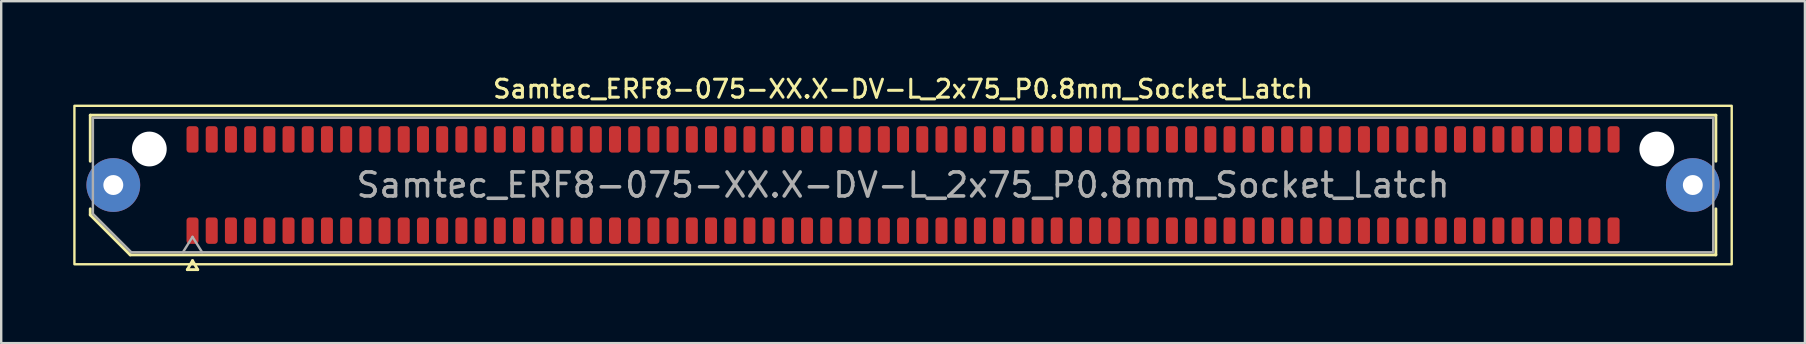
<source format=kicad_pcb>
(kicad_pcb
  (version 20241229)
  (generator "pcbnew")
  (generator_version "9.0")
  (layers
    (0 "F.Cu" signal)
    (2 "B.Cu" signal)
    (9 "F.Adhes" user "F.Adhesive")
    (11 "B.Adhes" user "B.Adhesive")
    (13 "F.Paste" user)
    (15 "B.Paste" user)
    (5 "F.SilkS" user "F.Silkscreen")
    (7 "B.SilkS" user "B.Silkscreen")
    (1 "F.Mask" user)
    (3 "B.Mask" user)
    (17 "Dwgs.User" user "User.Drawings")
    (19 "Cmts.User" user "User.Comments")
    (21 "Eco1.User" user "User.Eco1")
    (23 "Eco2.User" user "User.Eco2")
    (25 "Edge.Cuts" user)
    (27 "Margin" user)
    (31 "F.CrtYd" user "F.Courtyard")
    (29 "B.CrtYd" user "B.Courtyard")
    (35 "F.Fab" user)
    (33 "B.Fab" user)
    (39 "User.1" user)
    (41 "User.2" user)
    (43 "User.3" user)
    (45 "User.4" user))
  (footprint "Samtec_ERF8-075-XX.X-DV-L_2x75_P0.8mm_Socket_Latch"
    (layer "F.Cu")
    (at 34.57 4.658)
    (property "Reference" "Samtec_ERF8-075-XX.X-DV-L_2x75_P0.8mm_Socket_Latch" (at 0 -4 0) (layer "F.SilkS") (effects (font (size 0.75 0.75) (thickness 0.125))))
    (attr smd)
    (fp_line (start -33.86 -2.91) (end 33.86 -2.91) (stroke (width 0.12) (type solid)) (layer "F.SilkS"))
    (fp_line (start -33.86 -0.991) (end -33.86 -2.91) (stroke (width 0.12) (type solid)) (layer "F.SilkS"))
    (fp_line (start -33.86 1.246) (end -33.86 0.991) (stroke (width 0.12) (type solid)) (layer "F.SilkS"))
    (fp_line (start -32.196 2.91) (end -33.86 1.246) (stroke (width 0.12) (type solid)) (layer "F.SilkS"))
    (fp_line (start -29.817 3.525) (end -29.6 3.15) (stroke (width 0.12) (type solid)) (layer "F.SilkS"))
    (fp_line (start -29.6 3.15) (end -29.383 3.525) (stroke (width 0.12) (type solid)) (layer "F.SilkS"))
    (fp_line (start -29.383 3.525) (end -29.817 3.525) (stroke (width 0.12) (type solid)) (layer "F.SilkS"))
    (fp_line (start 33.86 -2.91) (end 33.86 -0.991) (stroke (width 0.12) (type solid)) (layer "F.SilkS"))
    (fp_line (start 33.86 0.991) (end 33.86 2.91) (stroke (width 0.12) (type solid)) (layer "F.SilkS"))
    (fp_line (start 33.86 2.91) (end -32.196 2.91) (stroke (width 0.12) (type solid)) (layer "F.SilkS"))
    (fp_rect (start -34.52 -3.3) (end 34.52 3.3) (stroke (width 0.1) (type solid)) (fill no) (layer "F.SilkS"))
    (fp_line (start -33.75 -2.8) (end 33.75 -2.8) (stroke (width 0.1) (type solid)) (layer "F.Fab"))
    (fp_line (start -33.75 1.2) (end -33.75 -2.8) (stroke (width 0.1) (type solid)) (layer "F.Fab"))
    (fp_line (start -32.15 2.8) (end -33.75 1.2) (stroke (width 0.1) (type solid)) (layer "F.Fab"))
    (fp_line (start -30 2.8) (end -29.6 2.16) (stroke (width 0.1) (type solid)) (layer "F.Fab"))
    (fp_line (start -29.6 2.16) (end -29.2 2.8) (stroke (width 0.1) (type solid)) (layer "F.Fab"))
    (fp_line (start 33.75 -2.8) (end 33.75 2.8) (stroke (width 0.1) (type solid)) (layer "F.Fab"))
    (fp_line (start 33.75 2.8) (end -32.15 2.8) (stroke (width 0.1) (type solid)) (layer "F.Fab"))
    (fp_text user "${REFERENCE}" (at 0 0 0) (layer "F.Fab") (effects (font (size 1 1) (thickness 0.15))))
    (pad "" thru_hole circle (at -32.9 0) (size 2.24 2.24) (drill 0.83) (layers "*.Cu" "*.Mask" "F.Paste"))
    (pad "" np_thru_hole circle (at -31.4 -1.5) (size 1.45 1.45) (drill 1.45) (layers "*.Cu" "*.Mask"))
    (pad "" np_thru_hole circle (at 31.4 -1.5) (size 1.45 1.45) (drill 1.45) (layers "*.Cu" "*.Mask"))
    (pad "" thru_hole circle (at 32.9 0) (size 2.24 2.24) (drill 0.83) (layers "*.Cu" "*.Mask" "F.Paste"))
    (pad "1" smd roundrect (at -29.6 1.9) (size 0.5 1.1) (layers "F.Cu" "F.Mask" "F.Paste") (roundrect_rratio 0.25))
    (pad "2" smd roundrect (at -29.6 -1.9) (size 0.5 1.1) (layers "F.Cu" "F.Mask" "F.Paste") (roundrect_rratio 0.25))
    (pad "3" smd roundrect (at -28.8 1.9) (size 0.5 1.1) (layers "F.Cu" "F.Mask" "F.Paste") (roundrect_rratio 0.25))
    (pad "4" smd roundrect (at -28.8 -1.9) (size 0.5 1.1) (layers "F.Cu" "F.Mask" "F.Paste") (roundrect_rratio 0.25))
    (pad "5" smd roundrect (at -28 1.9) (size 0.5 1.1) (layers "F.Cu" "F.Mask" "F.Paste") (roundrect_rratio 0.25))
    (pad "6" smd roundrect (at -28 -1.9) (size 0.5 1.1) (layers "F.Cu" "F.Mask" "F.Paste") (roundrect_rratio 0.25))
    (pad "7" smd roundrect (at -27.2 1.9) (size 0.5 1.1) (layers "F.Cu" "F.Mask" "F.Paste") (roundrect_rratio 0.25))
    (pad "8" smd roundrect (at -27.2 -1.9) (size 0.5 1.1) (layers "F.Cu" "F.Mask" "F.Paste") (roundrect_rratio 0.25))
    (pad "9" smd roundrect (at -26.4 1.9) (size 0.5 1.1) (layers "F.Cu" "F.Mask" "F.Paste") (roundrect_rratio 0.25))
    (pad "10" smd roundrect (at -26.4 -1.9) (size 0.5 1.1) (layers "F.Cu" "F.Mask" "F.Paste") (roundrect_rratio 0.25))
    (pad "11" smd roundrect (at -25.6 1.9) (size 0.5 1.1) (layers "F.Cu" "F.Mask" "F.Paste") (roundrect_rratio 0.25))
    (pad "12" smd roundrect (at -25.6 -1.9) (size 0.5 1.1) (layers "F.Cu" "F.Mask" "F.Paste") (roundrect_rratio 0.25))
    (pad "13" smd roundrect (at -24.8 1.9) (size 0.5 1.1) (layers "F.Cu" "F.Mask" "F.Paste") (roundrect_rratio 0.25))
    (pad "14" smd roundrect (at -24.8 -1.9) (size 0.5 1.1) (layers "F.Cu" "F.Mask" "F.Paste") (roundrect_rratio 0.25))
    (pad "15" smd roundrect (at -24 1.9) (size 0.5 1.1) (layers "F.Cu" "F.Mask" "F.Paste") (roundrect_rratio 0.25))
    (pad "16" smd roundrect (at -24 -1.9) (size 0.5 1.1) (layers "F.Cu" "F.Mask" "F.Paste") (roundrect_rratio 0.25))
    (pad "17" smd roundrect (at -23.2 1.9) (size 0.5 1.1) (layers "F.Cu" "F.Mask" "F.Paste") (roundrect_rratio 0.25))
    (pad "18" smd roundrect (at -23.2 -1.9) (size 0.5 1.1) (layers "F.Cu" "F.Mask" "F.Paste") (roundrect_rratio 0.25))
    (pad "19" smd roundrect (at -22.4 1.9) (size 0.5 1.1) (layers "F.Cu" "F.Mask" "F.Paste") (roundrect_rratio 0.25))
    (pad "20" smd roundrect (at -22.4 -1.9) (size 0.5 1.1) (layers "F.Cu" "F.Mask" "F.Paste") (roundrect_rratio 0.25))
    (pad "21" smd roundrect (at -21.6 1.9) (size 0.5 1.1) (layers "F.Cu" "F.Mask" "F.Paste") (roundrect_rratio 0.25))
    (pad "22" smd roundrect (at -21.6 -1.9) (size 0.5 1.1) (layers "F.Cu" "F.Mask" "F.Paste") (roundrect_rratio 0.25))
    (pad "23" smd roundrect (at -20.8 1.9) (size 0.5 1.1) (layers "F.Cu" "F.Mask" "F.Paste") (roundrect_rratio 0.25))
    (pad "24" smd roundrect (at -20.8 -1.9) (size 0.5 1.1) (layers "F.Cu" "F.Mask" "F.Paste") (roundrect_rratio 0.25))
    (pad "25" smd roundrect (at -20 1.9) (size 0.5 1.1) (layers "F.Cu" "F.Mask" "F.Paste") (roundrect_rratio 0.25))
    (pad "26" smd roundrect (at -20 -1.9) (size 0.5 1.1) (layers "F.Cu" "F.Mask" "F.Paste") (roundrect_rratio 0.25))
    (pad "27" smd roundrect (at -19.2 1.9) (size 0.5 1.1) (layers "F.Cu" "F.Mask" "F.Paste") (roundrect_rratio 0.25))
    (pad "28" smd roundrect (at -19.2 -1.9) (size 0.5 1.1) (layers "F.Cu" "F.Mask" "F.Paste") (roundrect_rratio 0.25))
    (pad "29" smd roundrect (at -18.4 1.9) (size 0.5 1.1) (layers "F.Cu" "F.Mask" "F.Paste") (roundrect_rratio 0.25))
    (pad "30" smd roundrect (at -18.4 -1.9) (size 0.5 1.1) (layers "F.Cu" "F.Mask" "F.Paste") (roundrect_rratio 0.25))
    (pad "31" smd roundrect (at -17.6 1.9) (size 0.5 1.1) (layers "F.Cu" "F.Mask" "F.Paste") (roundrect_rratio 0.25))
    (pad "32" smd roundrect (at -17.6 -1.9) (size 0.5 1.1) (layers "F.Cu" "F.Mask" "F.Paste") (roundrect_rratio 0.25))
    (pad "33" smd roundrect (at -16.8 1.9) (size 0.5 1.1) (layers "F.Cu" "F.Mask" "F.Paste") (roundrect_rratio 0.25))
    (pad "34" smd roundrect (at -16.8 -1.9) (size 0.5 1.1) (layers "F.Cu" "F.Mask" "F.Paste") (roundrect_rratio 0.25))
    (pad "35" smd roundrect (at -16 1.9) (size 0.5 1.1) (layers "F.Cu" "F.Mask" "F.Paste") (roundrect_rratio 0.25))
    (pad "36" smd roundrect (at -16 -1.9) (size 0.5 1.1) (layers "F.Cu" "F.Mask" "F.Paste") (roundrect_rratio 0.25))
    (pad "37" smd roundrect (at -15.2 1.9) (size 0.5 1.1) (layers "F.Cu" "F.Mask" "F.Paste") (roundrect_rratio 0.25))
    (pad "38" smd roundrect (at -15.2 -1.9) (size 0.5 1.1) (layers "F.Cu" "F.Mask" "F.Paste") (roundrect_rratio 0.25))
    (pad "39" smd roundrect (at -14.4 1.9) (size 0.5 1.1) (layers "F.Cu" "F.Mask" "F.Paste") (roundrect_rratio 0.25))
    (pad "40" smd roundrect (at -14.4 -1.9) (size 0.5 1.1) (layers "F.Cu" "F.Mask" "F.Paste") (roundrect_rratio 0.25))
    (pad "41" smd roundrect (at -13.6 1.9) (size 0.5 1.1) (layers "F.Cu" "F.Mask" "F.Paste") (roundrect_rratio 0.25))
    (pad "42" smd roundrect (at -13.6 -1.9) (size 0.5 1.1) (layers "F.Cu" "F.Mask" "F.Paste") (roundrect_rratio 0.25))
    (pad "43" smd roundrect (at -12.8 1.9) (size 0.5 1.1) (layers "F.Cu" "F.Mask" "F.Paste") (roundrect_rratio 0.25))
    (pad "44" smd roundrect (at -12.8 -1.9) (size 0.5 1.1) (layers "F.Cu" "F.Mask" "F.Paste") (roundrect_rratio 0.25))
    (pad "45" smd roundrect (at -12 1.9) (size 0.5 1.1) (layers "F.Cu" "F.Mask" "F.Paste") (roundrect_rratio 0.25))
    (pad "46" smd roundrect (at -12 -1.9) (size 0.5 1.1) (layers "F.Cu" "F.Mask" "F.Paste") (roundrect_rratio 0.25))
    (pad "47" smd roundrect (at -11.2 1.9) (size 0.5 1.1) (layers "F.Cu" "F.Mask" "F.Paste") (roundrect_rratio 0.25))
    (pad "48" smd roundrect (at -11.2 -1.9) (size 0.5 1.1) (layers "F.Cu" "F.Mask" "F.Paste") (roundrect_rratio 0.25))
    (pad "49" smd roundrect (at -10.4 1.9) (size 0.5 1.1) (layers "F.Cu" "F.Mask" "F.Paste") (roundrect_rratio 0.25))
    (pad "50" smd roundrect (at -10.4 -1.9) (size 0.5 1.1) (layers "F.Cu" "F.Mask" "F.Paste") (roundrect_rratio 0.25))
    (pad "51" smd roundrect (at -9.6 1.9) (size 0.5 1.1) (layers "F.Cu" "F.Mask" "F.Paste") (roundrect_rratio 0.25))
    (pad "52" smd roundrect (at -9.6 -1.9) (size 0.5 1.1) (layers "F.Cu" "F.Mask" "F.Paste") (roundrect_rratio 0.25))
    (pad "53" smd roundrect (at -8.8 1.9) (size 0.5 1.1) (layers "F.Cu" "F.Mask" "F.Paste") (roundrect_rratio 0.25))
    (pad "54" smd roundrect (at -8.8 -1.9) (size 0.5 1.1) (layers "F.Cu" "F.Mask" "F.Paste") (roundrect_rratio 0.25))
    (pad "55" smd roundrect (at -8 1.9) (size 0.5 1.1) (layers "F.Cu" "F.Mask" "F.Paste") (roundrect_rratio 0.25))
    (pad "56" smd roundrect (at -8 -1.9) (size 0.5 1.1) (layers "F.Cu" "F.Mask" "F.Paste") (roundrect_rratio 0.25))
    (pad "57" smd roundrect (at -7.2 1.9) (size 0.5 1.1) (layers "F.Cu" "F.Mask" "F.Paste") (roundrect_rratio 0.25))
    (pad "58" smd roundrect (at -7.2 -1.9) (size 0.5 1.1) (layers "F.Cu" "F.Mask" "F.Paste") (roundrect_rratio 0.25))
    (pad "59" smd roundrect (at -6.4 1.9) (size 0.5 1.1) (layers "F.Cu" "F.Mask" "F.Paste") (roundrect_rratio 0.25))
    (pad "60" smd roundrect (at -6.4 -1.9) (size 0.5 1.1) (layers "F.Cu" "F.Mask" "F.Paste") (roundrect_rratio 0.25))
    (pad "61" smd roundrect (at -5.6 1.9) (size 0.5 1.1) (layers "F.Cu" "F.Mask" "F.Paste") (roundrect_rratio 0.25))
    (pad "62" smd roundrect (at -5.6 -1.9) (size 0.5 1.1) (layers "F.Cu" "F.Mask" "F.Paste") (roundrect_rratio 0.25))
    (pad "63" smd roundrect (at -4.8 1.9) (size 0.5 1.1) (layers "F.Cu" "F.Mask" "F.Paste") (roundrect_rratio 0.25))
    (pad "64" smd roundrect (at -4.8 -1.9) (size 0.5 1.1) (layers "F.Cu" "F.Mask" "F.Paste") (roundrect_rratio 0.25))
    (pad "65" smd roundrect (at -4 1.9) (size 0.5 1.1) (layers "F.Cu" "F.Mask" "F.Paste") (roundrect_rratio 0.25))
    (pad "66" smd roundrect (at -4 -1.9) (size 0.5 1.1) (layers "F.Cu" "F.Mask" "F.Paste") (roundrect_rratio 0.25))
    (pad "67" smd roundrect (at -3.2 1.9) (size 0.5 1.1) (layers "F.Cu" "F.Mask" "F.Paste") (roundrect_rratio 0.25))
    (pad "68" smd roundrect (at -3.2 -1.9) (size 0.5 1.1) (layers "F.Cu" "F.Mask" "F.Paste") (roundrect_rratio 0.25))
    (pad "69" smd roundrect (at -2.4 1.9) (size 0.5 1.1) (layers "F.Cu" "F.Mask" "F.Paste") (roundrect_rratio 0.25))
    (pad "70" smd roundrect (at -2.4 -1.9) (size 0.5 1.1) (layers "F.Cu" "F.Mask" "F.Paste") (roundrect_rratio 0.25))
    (pad "71" smd roundrect (at -1.6 1.9) (size 0.5 1.1) (layers "F.Cu" "F.Mask" "F.Paste") (roundrect_rratio 0.25))
    (pad "72" smd roundrect (at -1.6 -1.9) (size 0.5 1.1) (layers "F.Cu" "F.Mask" "F.Paste") (roundrect_rratio 0.25))
    (pad "73" smd roundrect (at -0.8 1.9) (size 0.5 1.1) (layers "F.Cu" "F.Mask" "F.Paste") (roundrect_rratio 0.25))
    (pad "74" smd roundrect (at -0.8 -1.9) (size 0.5 1.1) (layers "F.Cu" "F.Mask" "F.Paste") (roundrect_rratio 0.25))
    (pad "75" smd roundrect (at 0 1.9) (size 0.5 1.1) (layers "F.Cu" "F.Mask" "F.Paste") (roundrect_rratio 0.25))
    (pad "76" smd roundrect (at 0 -1.9) (size 0.5 1.1) (layers "F.Cu" "F.Mask" "F.Paste") (roundrect_rratio 0.25))
    (pad "77" smd roundrect (at 0.8 1.9) (size 0.5 1.1) (layers "F.Cu" "F.Mask" "F.Paste") (roundrect_rratio 0.25))
    (pad "78" smd roundrect (at 0.8 -1.9) (size 0.5 1.1) (layers "F.Cu" "F.Mask" "F.Paste") (roundrect_rratio 0.25))
    (pad "79" smd roundrect (at 1.6 1.9) (size 0.5 1.1) (layers "F.Cu" "F.Mask" "F.Paste") (roundrect_rratio 0.25))
    (pad "80" smd roundrect (at 1.6 -1.9) (size 0.5 1.1) (layers "F.Cu" "F.Mask" "F.Paste") (roundrect_rratio 0.25))
    (pad "81" smd roundrect (at 2.4 1.9) (size 0.5 1.1) (layers "F.Cu" "F.Mask" "F.Paste") (roundrect_rratio 0.25))
    (pad "82" smd roundrect (at 2.4 -1.9) (size 0.5 1.1) (layers "F.Cu" "F.Mask" "F.Paste") (roundrect_rratio 0.25))
    (pad "83" smd roundrect (at 3.2 1.9) (size 0.5 1.1) (layers "F.Cu" "F.Mask" "F.Paste") (roundrect_rratio 0.25))
    (pad "84" smd roundrect (at 3.2 -1.9) (size 0.5 1.1) (layers "F.Cu" "F.Mask" "F.Paste") (roundrect_rratio 0.25))
    (pad "85" smd roundrect (at 4 1.9) (size 0.5 1.1) (layers "F.Cu" "F.Mask" "F.Paste") (roundrect_rratio 0.25))
    (pad "86" smd roundrect (at 4 -1.9) (size 0.5 1.1) (layers "F.Cu" "F.Mask" "F.Paste") (roundrect_rratio 0.25))
    (pad "87" smd roundrect (at 4.8 1.9) (size 0.5 1.1) (layers "F.Cu" "F.Mask" "F.Paste") (roundrect_rratio 0.25))
    (pad "88" smd roundrect (at 4.8 -1.9) (size 0.5 1.1) (layers "F.Cu" "F.Mask" "F.Paste") (roundrect_rratio 0.25))
    (pad "89" smd roundrect (at 5.6 1.9) (size 0.5 1.1) (layers "F.Cu" "F.Mask" "F.Paste") (roundrect_rratio 0.25))
    (pad "90" smd roundrect (at 5.6 -1.9) (size 0.5 1.1) (layers "F.Cu" "F.Mask" "F.Paste") (roundrect_rratio 0.25))
    (pad "91" smd roundrect (at 6.4 1.9) (size 0.5 1.1) (layers "F.Cu" "F.Mask" "F.Paste") (roundrect_rratio 0.25))
    (pad "92" smd roundrect (at 6.4 -1.9) (size 0.5 1.1) (layers "F.Cu" "F.Mask" "F.Paste") (roundrect_rratio 0.25))
    (pad "93" smd roundrect (at 7.2 1.9) (size 0.5 1.1) (layers "F.Cu" "F.Mask" "F.Paste") (roundrect_rratio 0.25))
    (pad "94" smd roundrect (at 7.2 -1.9) (size 0.5 1.1) (layers "F.Cu" "F.Mask" "F.Paste") (roundrect_rratio 0.25))
    (pad "95" smd roundrect (at 8 1.9) (size 0.5 1.1) (layers "F.Cu" "F.Mask" "F.Paste") (roundrect_rratio 0.25))
    (pad "96" smd roundrect (at 8 -1.9) (size 0.5 1.1) (layers "F.Cu" "F.Mask" "F.Paste") (roundrect_rratio 0.25))
    (pad "97" smd roundrect (at 8.8 1.9) (size 0.5 1.1) (layers "F.Cu" "F.Mask" "F.Paste") (roundrect_rratio 0.25))
    (pad "98" smd roundrect (at 8.8 -1.9) (size 0.5 1.1) (layers "F.Cu" "F.Mask" "F.Paste") (roundrect_rratio 0.25))
    (pad "99" smd roundrect (at 9.6 1.9) (size 0.5 1.1) (layers "F.Cu" "F.Mask" "F.Paste") (roundrect_rratio 0.25))
    (pad "100" smd roundrect (at 9.6 -1.9) (size 0.5 1.1) (layers "F.Cu" "F.Mask" "F.Paste") (roundrect_rratio 0.25))
    (pad "101" smd roundrect (at 10.4 1.9) (size 0.5 1.1) (layers "F.Cu" "F.Mask" "F.Paste") (roundrect_rratio 0.25))
    (pad "102" smd roundrect (at 10.4 -1.9) (size 0.5 1.1) (layers "F.Cu" "F.Mask" "F.Paste") (roundrect_rratio 0.25))
    (pad "103" smd roundrect (at 11.2 1.9) (size 0.5 1.1) (layers "F.Cu" "F.Mask" "F.Paste") (roundrect_rratio 0.25))
    (pad "104" smd roundrect (at 11.2 -1.9) (size 0.5 1.1) (layers "F.Cu" "F.Mask" "F.Paste") (roundrect_rratio 0.25))
    (pad "105" smd roundrect (at 12 1.9) (size 0.5 1.1) (layers "F.Cu" "F.Mask" "F.Paste") (roundrect_rratio 0.25))
    (pad "106" smd roundrect (at 12 -1.9) (size 0.5 1.1) (layers "F.Cu" "F.Mask" "F.Paste") (roundrect_rratio 0.25))
    (pad "107" smd roundrect (at 12.8 1.9) (size 0.5 1.1) (layers "F.Cu" "F.Mask" "F.Paste") (roundrect_rratio 0.25))
    (pad "108" smd roundrect (at 12.8 -1.9) (size 0.5 1.1) (layers "F.Cu" "F.Mask" "F.Paste") (roundrect_rratio 0.25))
    (pad "109" smd roundrect (at 13.6 1.9) (size 0.5 1.1) (layers "F.Cu" "F.Mask" "F.Paste") (roundrect_rratio 0.25))
    (pad "110" smd roundrect (at 13.6 -1.9) (size 0.5 1.1) (layers "F.Cu" "F.Mask" "F.Paste") (roundrect_rratio 0.25))
    (pad "111" smd roundrect (at 14.4 1.9) (size 0.5 1.1) (layers "F.Cu" "F.Mask" "F.Paste") (roundrect_rratio 0.25))
    (pad "112" smd roundrect (at 14.4 -1.9) (size 0.5 1.1) (layers "F.Cu" "F.Mask" "F.Paste") (roundrect_rratio 0.25))
    (pad "113" smd roundrect (at 15.2 1.9) (size 0.5 1.1) (layers "F.Cu" "F.Mask" "F.Paste") (roundrect_rratio 0.25))
    (pad "114" smd roundrect (at 15.2 -1.9) (size 0.5 1.1) (layers "F.Cu" "F.Mask" "F.Paste") (roundrect_rratio 0.25))
    (pad "115" smd roundrect (at 16 1.9) (size 0.5 1.1) (layers "F.Cu" "F.Mask" "F.Paste") (roundrect_rratio 0.25))
    (pad "116" smd roundrect (at 16 -1.9) (size 0.5 1.1) (layers "F.Cu" "F.Mask" "F.Paste") (roundrect_rratio 0.25))
    (pad "117" smd roundrect (at 16.8 1.9) (size 0.5 1.1) (layers "F.Cu" "F.Mask" "F.Paste") (roundrect_rratio 0.25))
    (pad "118" smd roundrect (at 16.8 -1.9) (size 0.5 1.1) (layers "F.Cu" "F.Mask" "F.Paste") (roundrect_rratio 0.25))
    (pad "119" smd roundrect (at 17.6 1.9) (size 0.5 1.1) (layers "F.Cu" "F.Mask" "F.Paste") (roundrect_rratio 0.25))
    (pad "120" smd roundrect (at 17.6 -1.9) (size 0.5 1.1) (layers "F.Cu" "F.Mask" "F.Paste") (roundrect_rratio 0.25))
    (pad "121" smd roundrect (at 18.4 1.9) (size 0.5 1.1) (layers "F.Cu" "F.Mask" "F.Paste") (roundrect_rratio 0.25))
    (pad "122" smd roundrect (at 18.4 -1.9) (size 0.5 1.1) (layers "F.Cu" "F.Mask" "F.Paste") (roundrect_rratio 0.25))
    (pad "123" smd roundrect (at 19.2 1.9) (size 0.5 1.1) (layers "F.Cu" "F.Mask" "F.Paste") (roundrect_rratio 0.25))
    (pad "124" smd roundrect (at 19.2 -1.9) (size 0.5 1.1) (layers "F.Cu" "F.Mask" "F.Paste") (roundrect_rratio 0.25))
    (pad "125" smd roundrect (at 20 1.9) (size 0.5 1.1) (layers "F.Cu" "F.Mask" "F.Paste") (roundrect_rratio 0.25))
    (pad "126" smd roundrect (at 20 -1.9) (size 0.5 1.1) (layers "F.Cu" "F.Mask" "F.Paste") (roundrect_rratio 0.25))
    (pad "127" smd roundrect (at 20.8 1.9) (size 0.5 1.1) (layers "F.Cu" "F.Mask" "F.Paste") (roundrect_rratio 0.25))
    (pad "128" smd roundrect (at 20.8 -1.9) (size 0.5 1.1) (layers "F.Cu" "F.Mask" "F.Paste") (roundrect_rratio 0.25))
    (pad "129" smd roundrect (at 21.6 1.9) (size 0.5 1.1) (layers "F.Cu" "F.Mask" "F.Paste") (roundrect_rratio 0.25))
    (pad "130" smd roundrect (at 21.6 -1.9) (size 0.5 1.1) (layers "F.Cu" "F.Mask" "F.Paste") (roundrect_rratio 0.25))
    (pad "131" smd roundrect (at 22.4 1.9) (size 0.5 1.1) (layers "F.Cu" "F.Mask" "F.Paste") (roundrect_rratio 0.25))
    (pad "132" smd roundrect (at 22.4 -1.9) (size 0.5 1.1) (layers "F.Cu" "F.Mask" "F.Paste") (roundrect_rratio 0.25))
    (pad "133" smd roundrect (at 23.2 1.9) (size 0.5 1.1) (layers "F.Cu" "F.Mask" "F.Paste") (roundrect_rratio 0.25))
    (pad "134" smd roundrect (at 23.2 -1.9) (size 0.5 1.1) (layers "F.Cu" "F.Mask" "F.Paste") (roundrect_rratio 0.25))
    (pad "135" smd roundrect (at 24 1.9) (size 0.5 1.1) (layers "F.Cu" "F.Mask" "F.Paste") (roundrect_rratio 0.25))
    (pad "136" smd roundrect (at 24 -1.9) (size 0.5 1.1) (layers "F.Cu" "F.Mask" "F.Paste") (roundrect_rratio 0.25))
    (pad "137" smd roundrect (at 24.8 1.9) (size 0.5 1.1) (layers "F.Cu" "F.Mask" "F.Paste") (roundrect_rratio 0.25))
    (pad "138" smd roundrect (at 24.8 -1.9) (size 0.5 1.1) (layers "F.Cu" "F.Mask" "F.Paste") (roundrect_rratio 0.25))
    (pad "139" smd roundrect (at 25.6 1.9) (size 0.5 1.1) (layers "F.Cu" "F.Mask" "F.Paste") (roundrect_rratio 0.25))
    (pad "140" smd roundrect (at 25.6 -1.9) (size 0.5 1.1) (layers "F.Cu" "F.Mask" "F.Paste") (roundrect_rratio 0.25))
    (pad "141" smd roundrect (at 26.4 1.9) (size 0.5 1.1) (layers "F.Cu" "F.Mask" "F.Paste") (roundrect_rratio 0.25))
    (pad "142" smd roundrect (at 26.4 -1.9) (size 0.5 1.1) (layers "F.Cu" "F.Mask" "F.Paste") (roundrect_rratio 0.25))
    (pad "143" smd roundrect (at 27.2 1.9) (size 0.5 1.1) (layers "F.Cu" "F.Mask" "F.Paste") (roundrect_rratio 0.25))
    (pad "144" smd roundrect (at 27.2 -1.9) (size 0.5 1.1) (layers "F.Cu" "F.Mask" "F.Paste") (roundrect_rratio 0.25))
    (pad "145" smd roundrect (at 28 1.9) (size 0.5 1.1) (layers "F.Cu" "F.Mask" "F.Paste") (roundrect_rratio 0.25))
    (pad "146" smd roundrect (at 28 -1.9) (size 0.5 1.1) (layers "F.Cu" "F.Mask" "F.Paste") (roundrect_rratio 0.25))
    (pad "147" smd roundrect (at 28.8 1.9) (size 0.5 1.1) (layers "F.Cu" "F.Mask" "F.Paste") (roundrect_rratio 0.25))
    (pad "148" smd roundrect (at 28.8 -1.9) (size 0.5 1.1) (layers "F.Cu" "F.Mask" "F.Paste") (roundrect_rratio 0.25))
    (pad "149" smd roundrect (at 29.6 1.9) (size 0.5 1.1) (layers "F.Cu" "F.Mask" "F.Paste") (roundrect_rratio 0.25))
    (pad "150" smd roundrect (at 29.6 -1.9) (size 0.5 1.1) (layers "F.Cu" "F.Mask" "F.Paste") (roundrect_rratio 0.25)))
  (gr_rect
    (start -3 -3)
    (end 72.14 11.243)
    (stroke (width 0.1) (type default))
    (fill no)
    (layer "Edge.Cuts")))
</source>
